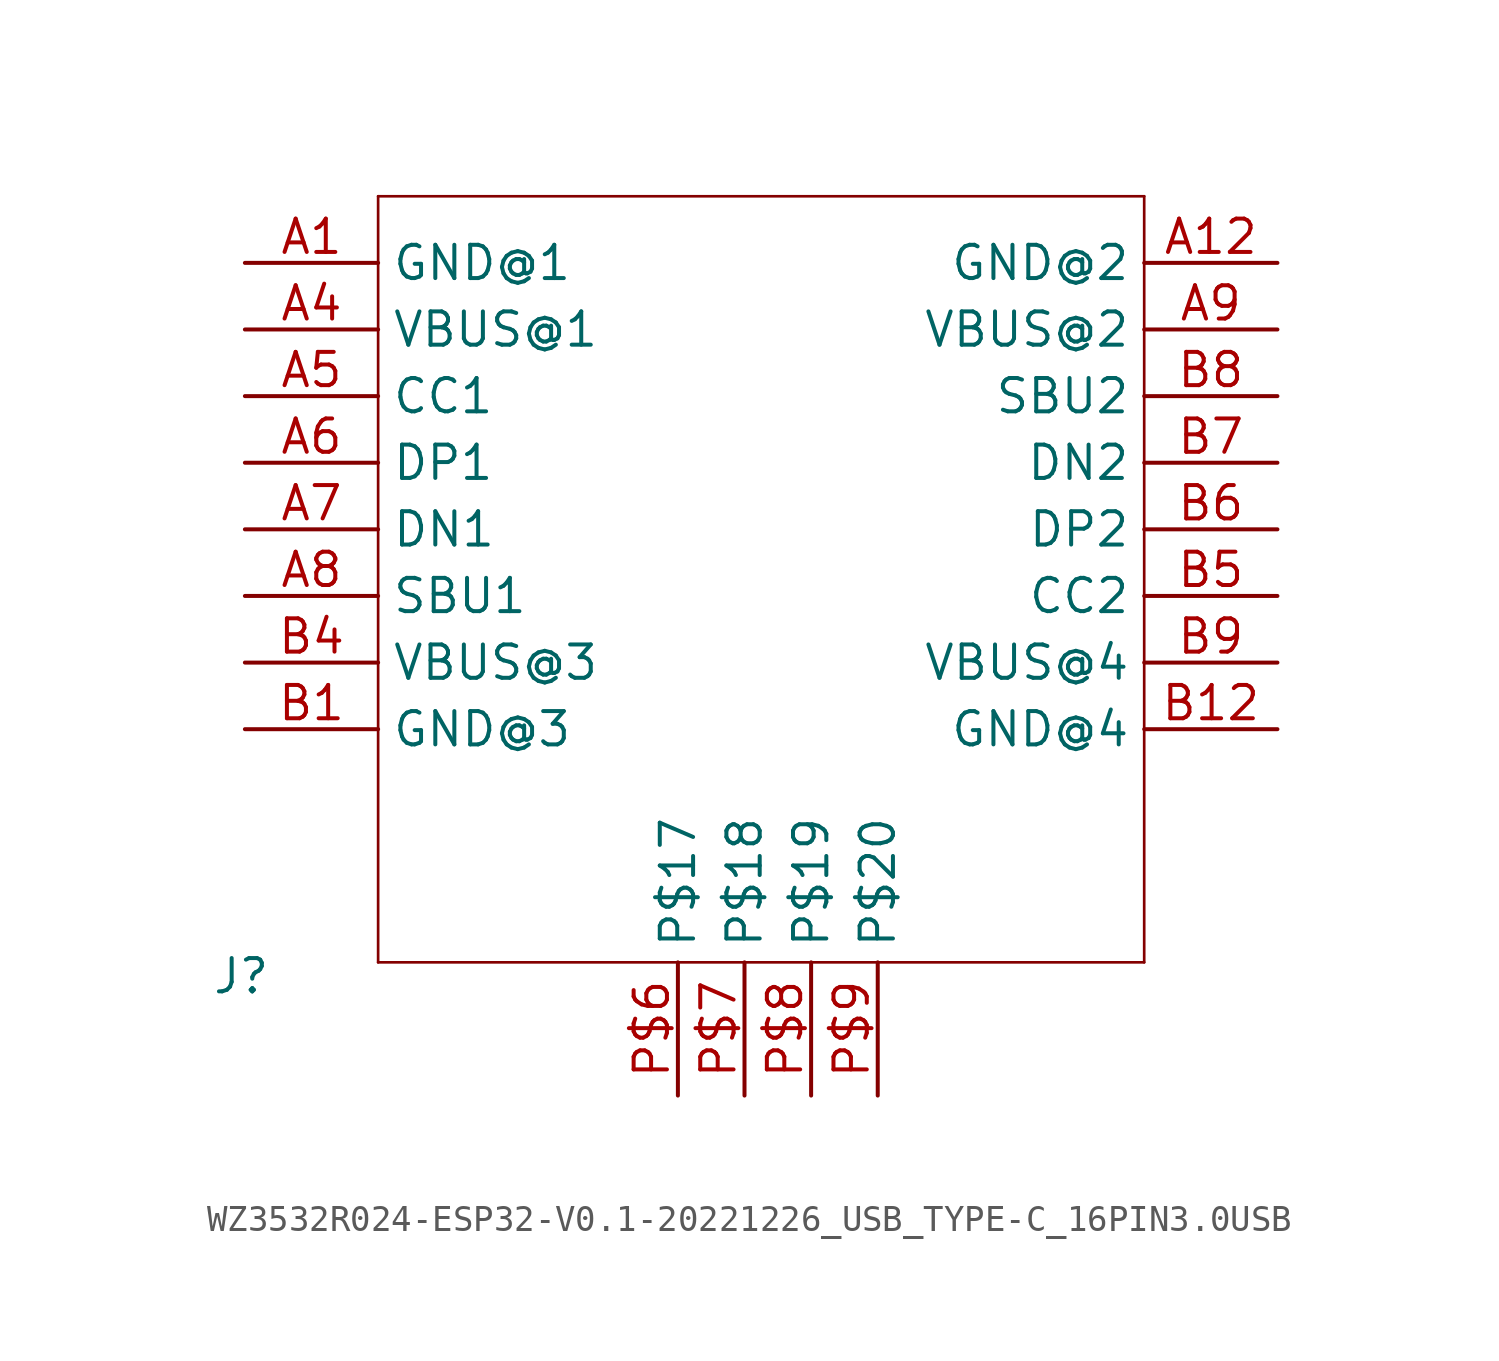
<source format=kicad_sym>
(kicad_symbol_lib
  (version 20231120)
  (generator "kicad_symbol_editor")
  (generator_version "8.0")
  (symbol "WZ3532R024-ESP32-V0.1-20221226_USB_TYPE-C_16PIN3.0USB"
    (property "Reference" "J"
      (at -21.59 -17.78 0)
      (effects (font (size 1.27 1.27)) (justify left bottom)))
    (property "Value" ""
      (at -21.59 -20.32 0)
      (effects (font (size 1.27 1.27)) (justify left bottom)))
    (property "ki_locked" ""
      (at 0 0 0)
      (effects (font (size 1.27 1.27))))
    (symbol "WZ3532R024-ESP32-V0.1-20221226_USB_TYPE-C_16PIN3.0USB_1_0"
      (polyline (pts (xy -15.24 -16.51) (xy -15.24 12.7)) (stroke (width 0.102) (type solid)) (fill (type none)))
      (polyline (pts (xy -15.24 12.7) (xy 13.97 12.7)) (stroke (width 0.102) (type solid)) (fill (type none)))
      (polyline (pts (xy 13.97 -16.51) (xy -15.24 -16.51)) (stroke (width 0.102) (type solid)) (fill (type none)))
      (polyline (pts (xy 13.97 12.7) (xy 13.97 -16.51)) (stroke (width 0.102) (type solid)) (fill (type none)))
      (pin bidirectional line (at -20.32 10.16 0) (length 5.08) (name "GND@1" (effects (font (size 1.27 1.27)))) (number "A1" (effects (font (size 1.27 1.27)))))
      (pin bidirectional line (at 19.05 10.16 180) (length 5.08) (name "GND@2" (effects (font (size 1.27 1.27)))) (number "A12" (effects (font (size 1.27 1.27)))))
      (pin bidirectional line (at -20.32 7.62 0) (length 5.08) (name "VBUS@1" (effects (font (size 1.27 1.27)))) (number "A4" (effects (font (size 1.27 1.27)))))
      (pin bidirectional line (at -20.32 5.08 0) (length 5.08) (name "CC1" (effects (font (size 1.27 1.27)))) (number "A5" (effects (font (size 1.27 1.27)))))
      (pin bidirectional line (at -20.32 2.54 0) (length 5.08) (name "DP1" (effects (font (size 1.27 1.27)))) (number "A6" (effects (font (size 1.27 1.27)))))
      (pin bidirectional line (at -20.32 0 0) (length 5.08) (name "DN1" (effects (font (size 1.27 1.27)))) (number "A7" (effects (font (size 1.27 1.27)))))
      (pin bidirectional line (at -20.32 -2.54 0) (length 5.08) (name "SBU1" (effects (font (size 1.27 1.27)))) (number "A8" (effects (font (size 1.27 1.27)))))
      (pin bidirectional line (at 19.05 7.62 180) (length 5.08) (name "VBUS@2" (effects (font (size 1.27 1.27)))) (number "A9" (effects (font (size 1.27 1.27)))))
      (pin bidirectional line (at -20.32 -7.62 0) (length 5.08) (name "GND@3" (effects (font (size 1.27 1.27)))) (number "B1" (effects (font (size 1.27 1.27)))))
      (pin bidirectional line (at 19.05 -7.62 180) (length 5.08) (name "GND@4" (effects (font (size 1.27 1.27)))) (number "B12" (effects (font (size 1.27 1.27)))))
      (pin bidirectional line (at -20.32 -5.08 0) (length 5.08) (name "VBUS@3" (effects (font (size 1.27 1.27)))) (number "B4" (effects (font (size 1.27 1.27)))))
      (pin bidirectional line (at 19.05 -2.54 180) (length 5.08) (name "CC2" (effects (font (size 1.27 1.27)))) (number "B5" (effects (font (size 1.27 1.27)))))
      (pin bidirectional line (at 19.05 0 180) (length 5.08) (name "DP2" (effects (font (size 1.27 1.27)))) (number "B6" (effects (font (size 1.27 1.27)))))
      (pin bidirectional line (at 19.05 2.54 180) (length 5.08) (name "DN2" (effects (font (size 1.27 1.27)))) (number "B7" (effects (font (size 1.27 1.27)))))
      (pin bidirectional line (at 19.05 5.08 180) (length 5.08) (name "SBU2" (effects (font (size 1.27 1.27)))) (number "B8" (effects (font (size 1.27 1.27)))))
      (pin bidirectional line (at 19.05 -5.08 180) (length 5.08) (name "VBUS@4" (effects (font (size 1.27 1.27)))) (number "B9" (effects (font (size 1.27 1.27)))))
      (pin bidirectional line (at -3.81 -21.59 90) (length 5.08) (name "P$17" (effects (font (size 1.27 1.27)))) (number "P$6" (effects (font (size 1.27 1.27)))))
      (pin bidirectional line (at -1.27 -21.59 90) (length 5.08) (name "P$18" (effects (font (size 1.27 1.27)))) (number "P$7" (effects (font (size 1.27 1.27)))))
      (pin bidirectional line (at 1.27 -21.59 90) (length 5.08) (name "P$19" (effects (font (size 1.27 1.27)))) (number "P$8" (effects (font (size 1.27 1.27)))))
      (pin bidirectional line (at 3.81 -21.59 90) (length 5.08) (name "P$20" (effects (font (size 1.27 1.27)))) (number "P$9" (effects (font (size 1.27 1.27))))))))
</source>
